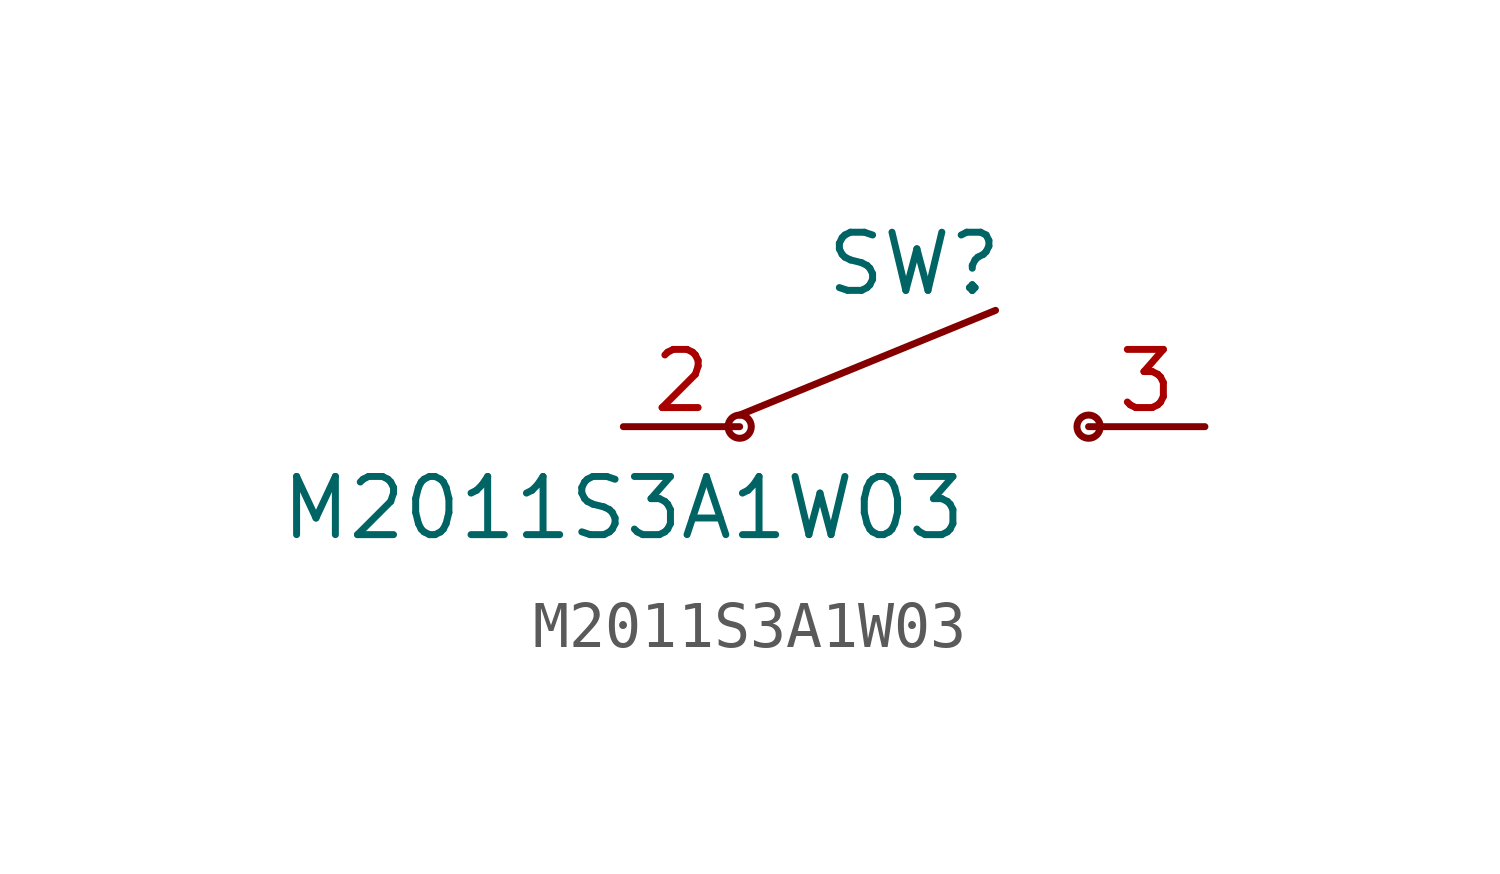
<source format=kicad_sym>
(kicad_symbol_lib
  (version 20231120)
  (generator "kicad_symbol_editor")
  (generator_version "8.0")
  (symbol "M2011S3A1W03"
    (pin_names hide)
    (property "Reference" "SW"
      (at 0 3.556 0)
      (effects (font (size 1.27 1.27))))
    (property "Value" "M2011S3A1W03"
      (at -6.35 -1.778 0)
      (effects (font (size 1.27 1.27))))
    (symbol "M2011S3A1W03_0_1"
      (circle (center -3.81 0) (radius 0.254) (stroke (width 0) (type default)) (fill (type none)))
      (polyline (pts (xy -3.81 0.254) (xy 1.778 2.54)) (stroke (width 0) (type default)) (fill (type none)))
      (circle (center 3.81 0) (radius 0.254) (stroke (width 0) (type default)) (fill (type none))))
    (symbol "M2011S3A1W03_1_1"
      (pin passive line (at -6.35 0 0) (length 2.54) (name "A" (effects (font (size 1.27 1.27)))) (number "2" (effects (font (size 1.27 1.27)))))
      (pin passive line (at 6.35 0 180) (length 2.54) (name "B" (effects (font (size 1.27 1.27)))) (number "3" (effects (font (size 1.27 1.27))))))))
</source>
